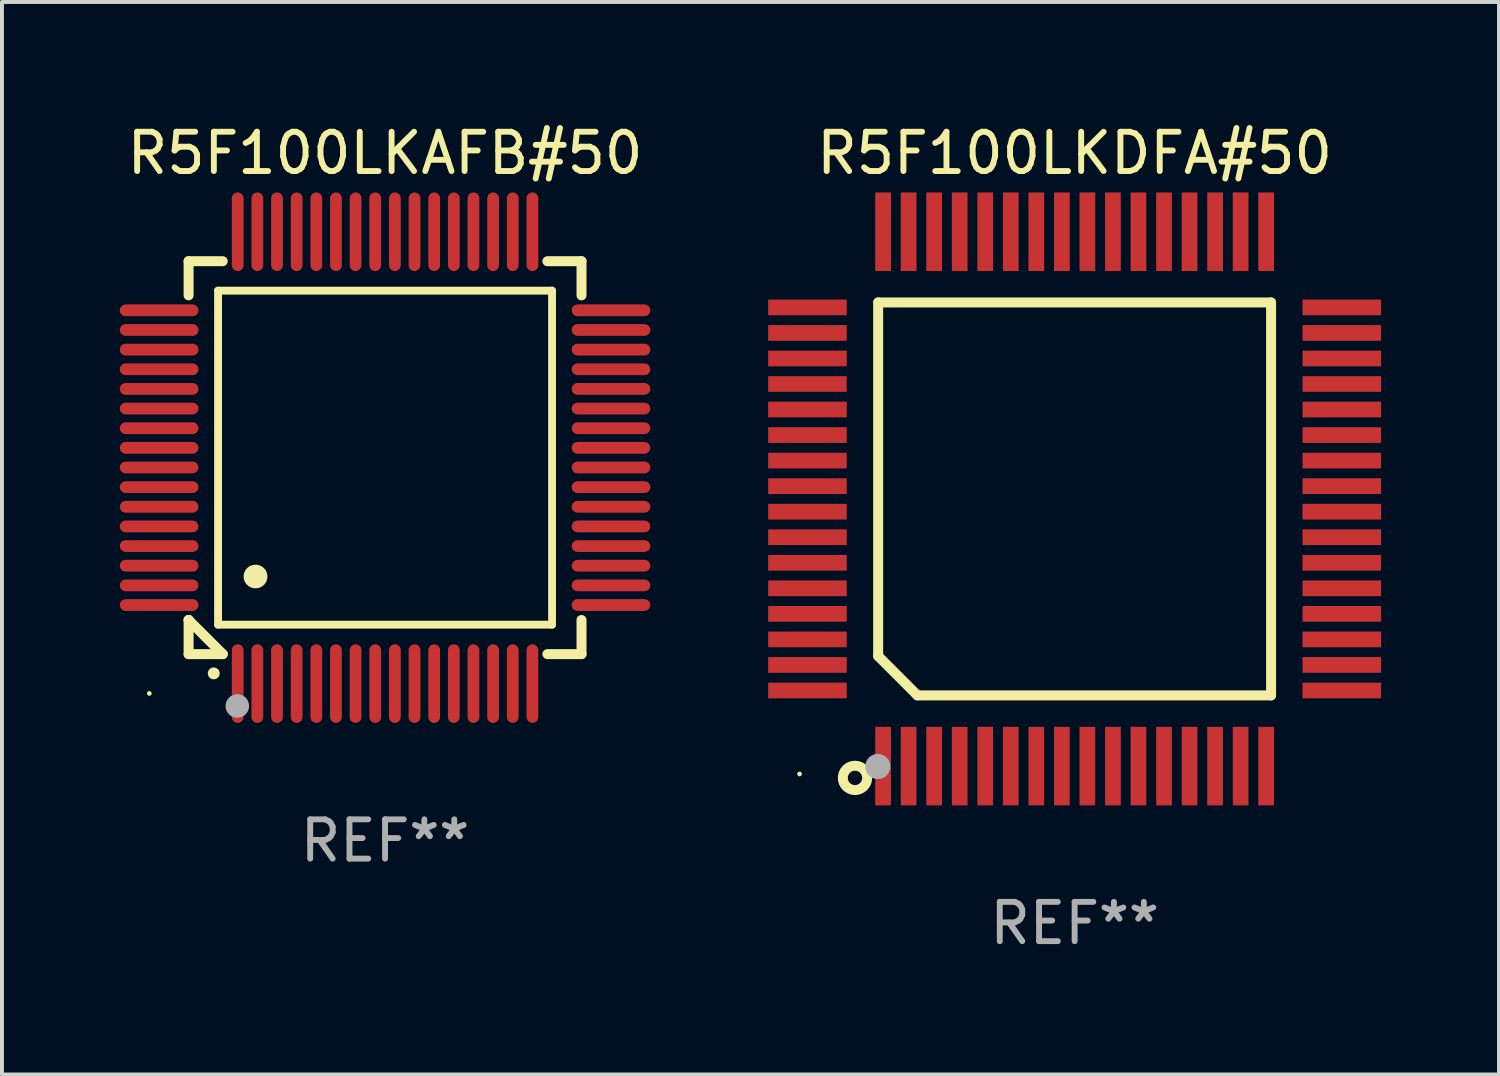
<source format=kicad_pcb>
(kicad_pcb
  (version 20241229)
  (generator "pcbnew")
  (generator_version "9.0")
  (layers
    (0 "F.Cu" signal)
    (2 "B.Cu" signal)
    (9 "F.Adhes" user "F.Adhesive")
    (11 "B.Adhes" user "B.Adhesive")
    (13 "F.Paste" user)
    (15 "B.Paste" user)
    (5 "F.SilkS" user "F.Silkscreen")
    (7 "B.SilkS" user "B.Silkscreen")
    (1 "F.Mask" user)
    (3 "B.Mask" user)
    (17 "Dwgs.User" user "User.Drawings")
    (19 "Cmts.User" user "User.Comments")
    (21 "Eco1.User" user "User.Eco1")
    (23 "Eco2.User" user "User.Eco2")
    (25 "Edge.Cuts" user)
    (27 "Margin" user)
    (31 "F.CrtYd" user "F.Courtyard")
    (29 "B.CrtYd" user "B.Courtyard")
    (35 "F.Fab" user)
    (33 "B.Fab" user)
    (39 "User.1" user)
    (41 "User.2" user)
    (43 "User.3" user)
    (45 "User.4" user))
  (footprint "R5F100LKAFB#50"
    (layer "F.Cu")
    (at 6.75 8.598)
    (property "Reference" "R5F100LKAFB#50" (at 0 -7.75 0) (layer "F.SilkS") (effects (font (size 1 1) (thickness 0.15))))
    (attr through_hole)
    (fp_line (start -5 -5) (end -4.131 -5) (stroke (width 0.254) (type solid)) (layer "F.SilkS"))
    (fp_line (start -5 -4.131) (end -5 -5) (stroke (width 0.254) (type solid)) (layer "F.SilkS"))
    (fp_line (start -5 4.131) (end -5 4.131) (stroke (width 0.254) (type solid)) (layer "F.SilkS"))
    (fp_line (start -5 5) (end -5 4.131) (stroke (width 0.254) (type solid)) (layer "F.SilkS"))
    (fp_line (start -5 4.131) (end -4.131 5) (stroke (width 0.254) (type solid)) (layer "F.SilkS"))
    (fp_line (start -4.25 -4.25) (end -4.25 4.25) (stroke (width 0.2) (type solid)) (layer "F.SilkS"))
    (fp_line (start -4.25 4.25) (end 4.25 4.25) (stroke (width 0.2) (type solid)) (layer "F.SilkS"))
    (fp_line (start -4.131 5) (end -5 5) (stroke (width 0.254) (type solid)) (layer "F.SilkS"))
    (fp_line (start 4.25 -4.25) (end -4.25 -4.25) (stroke (width 0.2) (type solid)) (layer "F.SilkS"))
    (fp_line (start 4.25 4.25) (end 4.25 -4.25) (stroke (width 0.2) (type solid)) (layer "F.SilkS"))
    (fp_line (start 5 -5) (end 4.131 -5) (stroke (width 0.254) (type solid)) (layer "F.SilkS"))
    (fp_line (start 5 -5) (end 5 -4.131) (stroke (width 0.254) (type solid)) (layer "F.SilkS"))
    (fp_line (start 5 4.131) (end 5 5) (stroke (width 0.254) (type solid)) (layer "F.SilkS"))
    (fp_line (start 5 5) (end 4.131 5) (stroke (width 0.254) (type solid)) (layer "F.SilkS"))
    (fp_arc (start -4.361265 5.489992) (mid -4.359995 5.489987) (end -4.358725 5.489992) (stroke (width 0.3) (type solid)) (layer "F.SilkS"))
    (fp_arc (start -3.299467 3.025146) (mid -3.296927 3.025135) (end -3.294387 3.025146) (stroke (width 0.6) (type solid)) (layer "F.SilkS"))
    (fp_circle (center -6 6) (end -5.97 6) (stroke (width 0.06) (type solid)) (fill no) (layer "F.SilkS"))
    (fp_circle (center -3.76 6.32) (end -3.61 6.32) (stroke (width 0.3) (type solid)) (fill no) (layer "F.Fab"))
    (fp_text user "REF**" (at 0 9.75 0) (layer "F.Fab") (effects (font (size 1 1) (thickness 0.15))))
    (pad "1" smd oval (at -3.75 5.75) (size 0.3 2) (layers "F.Cu" "F.Mask" "F.Paste"))
    (pad "2" smd oval (at -3.25 5.75) (size 0.3 2) (layers "F.Cu" "F.Mask" "F.Paste"))
    (pad "3" smd oval (at -2.75 5.75) (size 0.3 2) (layers "F.Cu" "F.Mask" "F.Paste"))
    (pad "4" smd oval (at -2.25 5.75) (size 0.3 2) (layers "F.Cu" "F.Mask" "F.Paste"))
    (pad "5" smd oval (at -1.75 5.75) (size 0.3 2) (layers "F.Cu" "F.Mask" "F.Paste"))
    (pad "6" smd oval (at -1.25 5.75) (size 0.3 2) (layers "F.Cu" "F.Mask" "F.Paste"))
    (pad "7" smd oval (at -0.75 5.75) (size 0.3 2) (layers "F.Cu" "F.Mask" "F.Paste"))
    (pad "8" smd oval (at -0.25 5.75) (size 0.3 2) (layers "F.Cu" "F.Mask" "F.Paste"))
    (pad "9" smd oval (at 0.25 5.75) (size 0.3 2) (layers "F.Cu" "F.Mask" "F.Paste"))
    (pad "10" smd oval (at 0.75 5.75) (size 0.3 2) (layers "F.Cu" "F.Mask" "F.Paste"))
    (pad "11" smd oval (at 1.25 5.75) (size 0.3 2) (layers "F.Cu" "F.Mask" "F.Paste"))
    (pad "12" smd oval (at 1.75 5.75) (size 0.3 2) (layers "F.Cu" "F.Mask" "F.Paste"))
    (pad "13" smd oval (at 2.25 5.75) (size 0.3 2) (layers "F.Cu" "F.Mask" "F.Paste"))
    (pad "14" smd oval (at 2.75 5.75) (size 0.3 2) (layers "F.Cu" "F.Mask" "F.Paste"))
    (pad "15" smd oval (at 3.25 5.75) (size 0.3 2) (layers "F.Cu" "F.Mask" "F.Paste"))
    (pad "16" smd oval (at 3.75 5.75) (size 0.3 2) (layers "F.Cu" "F.Mask" "F.Paste"))
    (pad "17" smd oval (at 5.75 3.75) (size 2 0.3) (layers "F.Cu" "F.Mask" "F.Paste"))
    (pad "18" smd oval (at 5.75 3.25) (size 2 0.3) (layers "F.Cu" "F.Mask" "F.Paste"))
    (pad "19" smd oval (at 5.75 2.75) (size 2 0.3) (layers "F.Cu" "F.Mask" "F.Paste"))
    (pad "20" smd oval (at 5.75 2.25) (size 2 0.3) (layers "F.Cu" "F.Mask" "F.Paste"))
    (pad "21" smd oval (at 5.75 1.75) (size 2 0.3) (layers "F.Cu" "F.Mask" "F.Paste"))
    (pad "22" smd oval (at 5.75 1.25) (size 2 0.3) (layers "F.Cu" "F.Mask" "F.Paste"))
    (pad "23" smd oval (at 5.75 0.75) (size 2 0.3) (layers "F.Cu" "F.Mask" "F.Paste"))
    (pad "24" smd oval (at 5.75 0.25) (size 2 0.3) (layers "F.Cu" "F.Mask" "F.Paste"))
    (pad "25" smd oval (at 5.75 -0.25) (size 2 0.3) (layers "F.Cu" "F.Mask" "F.Paste"))
    (pad "26" smd oval (at 5.75 -0.75) (size 2 0.3) (layers "F.Cu" "F.Mask" "F.Paste"))
    (pad "27" smd oval (at 5.75 -1.25) (size 2 0.3) (layers "F.Cu" "F.Mask" "F.Paste"))
    (pad "28" smd oval (at 5.75 -1.75) (size 2 0.3) (layers "F.Cu" "F.Mask" "F.Paste"))
    (pad "29" smd oval (at 5.75 -2.25) (size 2 0.3) (layers "F.Cu" "F.Mask" "F.Paste"))
    (pad "30" smd oval (at 5.75 -2.75) (size 2 0.3) (layers "F.Cu" "F.Mask" "F.Paste"))
    (pad "31" smd oval (at 5.75 -3.25) (size 2 0.3) (layers "F.Cu" "F.Mask" "F.Paste"))
    (pad "32" smd oval (at 5.75 -3.75) (size 2 0.3) (layers "F.Cu" "F.Mask" "F.Paste"))
    (pad "33" smd oval (at 3.75 -5.75) (size 0.3 2) (layers "F.Cu" "F.Mask" "F.Paste"))
    (pad "34" smd oval (at 3.25 -5.75) (size 0.3 2) (layers "F.Cu" "F.Mask" "F.Paste"))
    (pad "35" smd oval (at 2.75 -5.75) (size 0.3 2) (layers "F.Cu" "F.Mask" "F.Paste"))
    (pad "36" smd oval (at 2.25 -5.75) (size 0.3 2) (layers "F.Cu" "F.Mask" "F.Paste"))
    (pad "37" smd oval (at 1.75 -5.75) (size 0.3 2) (layers "F.Cu" "F.Mask" "F.Paste"))
    (pad "38" smd oval (at 1.25 -5.75) (size 0.3 2) (layers "F.Cu" "F.Mask" "F.Paste"))
    (pad "39" smd oval (at 0.75 -5.75) (size 0.3 2) (layers "F.Cu" "F.Mask" "F.Paste"))
    (pad "40" smd oval (at 0.25 -5.75) (size 0.3 2) (layers "F.Cu" "F.Mask" "F.Paste"))
    (pad "41" smd oval (at -0.25 -5.75) (size 0.3 2) (layers "F.Cu" "F.Mask" "F.Paste"))
    (pad "42" smd oval (at -0.75 -5.75) (size 0.3 2) (layers "F.Cu" "F.Mask" "F.Paste"))
    (pad "43" smd oval (at -1.25 -5.75) (size 0.3 2) (layers "F.Cu" "F.Mask" "F.Paste"))
    (pad "44" smd oval (at -1.75 -5.75) (size 0.3 2) (layers "F.Cu" "F.Mask" "F.Paste"))
    (pad "45" smd oval (at -2.25 -5.75) (size 0.3 2) (layers "F.Cu" "F.Mask" "F.Paste"))
    (pad "46" smd oval (at -2.75 -5.75) (size 0.3 2) (layers "F.Cu" "F.Mask" "F.Paste"))
    (pad "47" smd oval (at -3.25 -5.75) (size 0.3 2) (layers "F.Cu" "F.Mask" "F.Paste"))
    (pad "48" smd oval (at -3.75 -5.75) (size 0.3 2) (layers "F.Cu" "F.Mask" "F.Paste"))
    (pad "49" smd oval (at -5.75 -3.75) (size 2 0.3) (layers "F.Cu" "F.Mask" "F.Paste"))
    (pad "50" smd oval (at -5.75 -3.25) (size 2 0.3) (layers "F.Cu" "F.Mask" "F.Paste"))
    (pad "51" smd oval (at -5.75 -2.75) (size 2 0.3) (layers "F.Cu" "F.Mask" "F.Paste"))
    (pad "52" smd oval (at -5.75 -2.25) (size 2 0.3) (layers "F.Cu" "F.Mask" "F.Paste"))
    (pad "53" smd oval (at -5.75 -1.75) (size 2 0.3) (layers "F.Cu" "F.Mask" "F.Paste"))
    (pad "54" smd oval (at -5.75 -1.25) (size 2 0.3) (layers "F.Cu" "F.Mask" "F.Paste"))
    (pad "55" smd oval (at -5.75 -0.75) (size 2 0.3) (layers "F.Cu" "F.Mask" "F.Paste"))
    (pad "56" smd oval (at -5.75 -0.25) (size 2 0.3) (layers "F.Cu" "F.Mask" "F.Paste"))
    (pad "57" smd oval (at -5.75 0.25) (size 2 0.3) (layers "F.Cu" "F.Mask" "F.Paste"))
    (pad "58" smd oval (at -5.75 0.75) (size 2 0.3) (layers "F.Cu" "F.Mask" "F.Paste"))
    (pad "59" smd oval (at -5.75 1.25) (size 2 0.3) (layers "F.Cu" "F.Mask" "F.Paste"))
    (pad "60" smd oval (at -5.75 1.75) (size 2 0.3) (layers "F.Cu" "F.Mask" "F.Paste"))
    (pad "61" smd oval (at -5.75 2.25) (size 2 0.3) (layers "F.Cu" "F.Mask" "F.Paste"))
    (pad "62" smd oval (at -5.75 2.75) (size 2 0.3) (layers "F.Cu" "F.Mask" "F.Paste"))
    (pad "63" smd oval (at -5.75 3.25) (size 2 0.3) (layers "F.Cu" "F.Mask" "F.Paste"))
    (pad "64" smd oval (at -5.75 3.75) (size 2 0.3) (layers "F.Cu" "F.Mask" "F.Paste")))
  (footprint "R5F100LKDFA#50"
    (layer "F.Cu")
    (at 24.3 9.648)
    (property "Reference" "R5F100LKDFA#50" (at 0 -8.8 0) (layer "F.SilkS") (effects (font (size 1 1) (thickness 0.15))))
    (attr through_hole)
    (fp_line (start -5 -5) (end 5 -5) (stroke (width 0.254) (type solid)) (layer "F.SilkS"))
    (fp_line (start -5 4) (end -5 -5) (stroke (width 0.254) (type solid)) (layer "F.SilkS"))
    (fp_line (start -4 5) (end -5 4) (stroke (width 0.254) (type solid)) (layer "F.SilkS"))
    (fp_line (start 5 -5) (end 5 5) (stroke (width 0.254) (type solid)) (layer "F.SilkS"))
    (fp_line (start 5 5) (end -4 5) (stroke (width 0.254) (type solid)) (layer "F.SilkS"))
    (fp_circle (center -7 7) (end -6.97 7) (stroke (width 0.06) (type solid)) (fill no) (layer "F.SilkS"))
    (fp_circle (center -5.59 7.1) (end -5.28 7.1) (stroke (width 0.254) (type solid)) (fill no) (layer "F.SilkS"))
    (fp_circle (center -5.01 6.81) (end -4.85 6.81) (stroke (width 0.32) (type solid)) (fill no) (layer "F.Fab"))
    (fp_text user "REF**" (at 0 10.8 0) (layer "F.Fab") (effects (font (size 1 1) (thickness 0.15))))
    (pad "1" smd rect (at -4.875 6.8) (size 0.4 2) (layers "F.Cu" "F.Mask" "F.Paste"))
    (pad "2" smd rect (at -4.225 6.8) (size 0.4 2) (layers "F.Cu" "F.Mask" "F.Paste"))
    (pad "3" smd rect (at -3.575 6.8) (size 0.4 2) (layers "F.Cu" "F.Mask" "F.Paste"))
    (pad "4" smd rect (at -2.925 6.8) (size 0.4 2) (layers "F.Cu" "F.Mask" "F.Paste"))
    (pad "5" smd rect (at -2.275 6.8) (size 0.4 2) (layers "F.Cu" "F.Mask" "F.Paste"))
    (pad "6" smd rect (at -1.625 6.8) (size 0.4 2) (layers "F.Cu" "F.Mask" "F.Paste"))
    (pad "7" smd rect (at -0.975 6.8) (size 0.4 2) (layers "F.Cu" "F.Mask" "F.Paste"))
    (pad "8" smd rect (at -0.325 6.8) (size 0.4 2) (layers "F.Cu" "F.Mask" "F.Paste"))
    (pad "9" smd rect (at 0.325 6.8) (size 0.4 2) (layers "F.Cu" "F.Mask" "F.Paste"))
    (pad "10" smd rect (at 0.975 6.8) (size 0.4 2) (layers "F.Cu" "F.Mask" "F.Paste"))
    (pad "11" smd rect (at 1.625 6.8) (size 0.4 2) (layers "F.Cu" "F.Mask" "F.Paste"))
    (pad "12" smd rect (at 2.275 6.8) (size 0.4 2) (layers "F.Cu" "F.Mask" "F.Paste"))
    (pad "13" smd rect (at 2.925 6.8) (size 0.4 2) (layers "F.Cu" "F.Mask" "F.Paste"))
    (pad "14" smd rect (at 3.575 6.8) (size 0.4 2) (layers "F.Cu" "F.Mask" "F.Paste"))
    (pad "15" smd rect (at 4.225 6.8) (size 0.4 2) (layers "F.Cu" "F.Mask" "F.Paste"))
    (pad "16" smd rect (at 4.875 6.8) (size 0.4 2) (layers "F.Cu" "F.Mask" "F.Paste"))
    (pad "17" smd rect (at 6.8 4.875) (size 2 0.4) (layers "F.Cu" "F.Mask" "F.Paste"))
    (pad "18" smd rect (at 6.8 4.225) (size 2 0.4) (layers "F.Cu" "F.Mask" "F.Paste"))
    (pad "19" smd rect (at 6.8 3.575) (size 2 0.4) (layers "F.Cu" "F.Mask" "F.Paste"))
    (pad "20" smd rect (at 6.8 2.925) (size 2 0.4) (layers "F.Cu" "F.Mask" "F.Paste"))
    (pad "21" smd rect (at 6.8 2.275) (size 2 0.4) (layers "F.Cu" "F.Mask" "F.Paste"))
    (pad "22" smd rect (at 6.8 1.625) (size 2 0.4) (layers "F.Cu" "F.Mask" "F.Paste"))
    (pad "23" smd rect (at 6.8 0.975) (size 2 0.4) (layers "F.Cu" "F.Mask" "F.Paste"))
    (pad "24" smd rect (at 6.8 0.325) (size 2 0.4) (layers "F.Cu" "F.Mask" "F.Paste"))
    (pad "25" smd rect (at 6.8 -0.325) (size 2 0.4) (layers "F.Cu" "F.Mask" "F.Paste"))
    (pad "26" smd rect (at 6.8 -0.975) (size 2 0.4) (layers "F.Cu" "F.Mask" "F.Paste"))
    (pad "27" smd rect (at 6.8 -1.625) (size 2 0.4) (layers "F.Cu" "F.Mask" "F.Paste"))
    (pad "28" smd rect (at 6.8 -2.275) (size 2 0.4) (layers "F.Cu" "F.Mask" "F.Paste"))
    (pad "29" smd rect (at 6.8 -2.925) (size 2 0.4) (layers "F.Cu" "F.Mask" "F.Paste"))
    (pad "30" smd rect (at 6.8 -3.575) (size 2 0.4) (layers "F.Cu" "F.Mask" "F.Paste"))
    (pad "31" smd rect (at 6.8 -4.225) (size 2 0.4) (layers "F.Cu" "F.Mask" "F.Paste"))
    (pad "32" smd rect (at 6.8 -4.875) (size 2 0.4) (layers "F.Cu" "F.Mask" "F.Paste"))
    (pad "33" smd rect (at 4.875 -6.8) (size 0.4 2) (layers "F.Cu" "F.Mask" "F.Paste"))
    (pad "34" smd rect (at 4.225 -6.8) (size 0.4 2) (layers "F.Cu" "F.Mask" "F.Paste"))
    (pad "35" smd rect (at 3.575 -6.8) (size 0.4 2) (layers "F.Cu" "F.Mask" "F.Paste"))
    (pad "36" smd rect (at 2.925 -6.8) (size 0.4 2) (layers "F.Cu" "F.Mask" "F.Paste"))
    (pad "37" smd rect (at 2.275 -6.8) (size 0.4 2) (layers "F.Cu" "F.Mask" "F.Paste"))
    (pad "38" smd rect (at 1.625 -6.8) (size 0.4 2) (layers "F.Cu" "F.Mask" "F.Paste"))
    (pad "39" smd rect (at 0.975 -6.8) (size 0.4 2) (layers "F.Cu" "F.Mask" "F.Paste"))
    (pad "40" smd rect (at 0.325 -6.8) (size 0.4 2) (layers "F.Cu" "F.Mask" "F.Paste"))
    (pad "41" smd rect (at -0.325 -6.8) (size 0.4 2) (layers "F.Cu" "F.Mask" "F.Paste"))
    (pad "42" smd rect (at -0.975 -6.8) (size 0.4 2) (layers "F.Cu" "F.Mask" "F.Paste"))
    (pad "43" smd rect (at -1.625 -6.8) (size 0.4 2) (layers "F.Cu" "F.Mask" "F.Paste"))
    (pad "44" smd rect (at -2.275 -6.8) (size 0.4 2) (layers "F.Cu" "F.Mask" "F.Paste"))
    (pad "45" smd rect (at -2.925 -6.8) (size 0.4 2) (layers "F.Cu" "F.Mask" "F.Paste"))
    (pad "46" smd rect (at -3.575 -6.8) (size 0.4 2) (layers "F.Cu" "F.Mask" "F.Paste"))
    (pad "47" smd rect (at -4.225 -6.8) (size 0.4 2) (layers "F.Cu" "F.Mask" "F.Paste"))
    (pad "48" smd rect (at -4.875 -6.8) (size 0.4 2) (layers "F.Cu" "F.Mask" "F.Paste"))
    (pad "49" smd rect (at -6.8 -4.875) (size 2 0.4) (layers "F.Cu" "F.Mask" "F.Paste"))
    (pad "50" smd rect (at -6.8 -4.225) (size 2 0.4) (layers "F.Cu" "F.Mask" "F.Paste"))
    (pad "51" smd rect (at -6.8 -3.575) (size 2 0.4) (layers "F.Cu" "F.Mask" "F.Paste"))
    (pad "52" smd rect (at -6.8 -2.925) (size 2 0.4) (layers "F.Cu" "F.Mask" "F.Paste"))
    (pad "53" smd rect (at -6.8 -2.275) (size 2 0.4) (layers "F.Cu" "F.Mask" "F.Paste"))
    (pad "54" smd rect (at -6.8 -1.625) (size 2 0.4) (layers "F.Cu" "F.Mask" "F.Paste"))
    (pad "55" smd rect (at -6.8 -0.975) (size 2 0.4) (layers "F.Cu" "F.Mask" "F.Paste"))
    (pad "56" smd rect (at -6.8 -0.325) (size 2 0.4) (layers "F.Cu" "F.Mask" "F.Paste"))
    (pad "57" smd rect (at -6.8 0.325) (size 2 0.4) (layers "F.Cu" "F.Mask" "F.Paste"))
    (pad "58" smd rect (at -6.8 0.975) (size 2 0.4) (layers "F.Cu" "F.Mask" "F.Paste"))
    (pad "59" smd rect (at -6.8 1.625) (size 2 0.4) (layers "F.Cu" "F.Mask" "F.Paste"))
    (pad "60" smd rect (at -6.8 2.275) (size 2 0.4) (layers "F.Cu" "F.Mask" "F.Paste"))
    (pad "61" smd rect (at -6.8 2.925) (size 2 0.4) (layers "F.Cu" "F.Mask" "F.Paste"))
    (pad "62" smd rect (at -6.8 3.575) (size 2 0.4) (layers "F.Cu" "F.Mask" "F.Paste"))
    (pad "63" smd rect (at -6.8 4.225) (size 2 0.4) (layers "F.Cu" "F.Mask" "F.Paste"))
    (pad "64" smd rect (at -6.8 4.875) (size 2 0.4) (layers "F.Cu" "F.Mask" "F.Paste")))
  (gr_rect
    (start -3 -3)
    (end 35.1 24.297)
    (stroke (width 0.1) (type default))
    (fill no)
    (layer "Edge.Cuts")))
</source>
